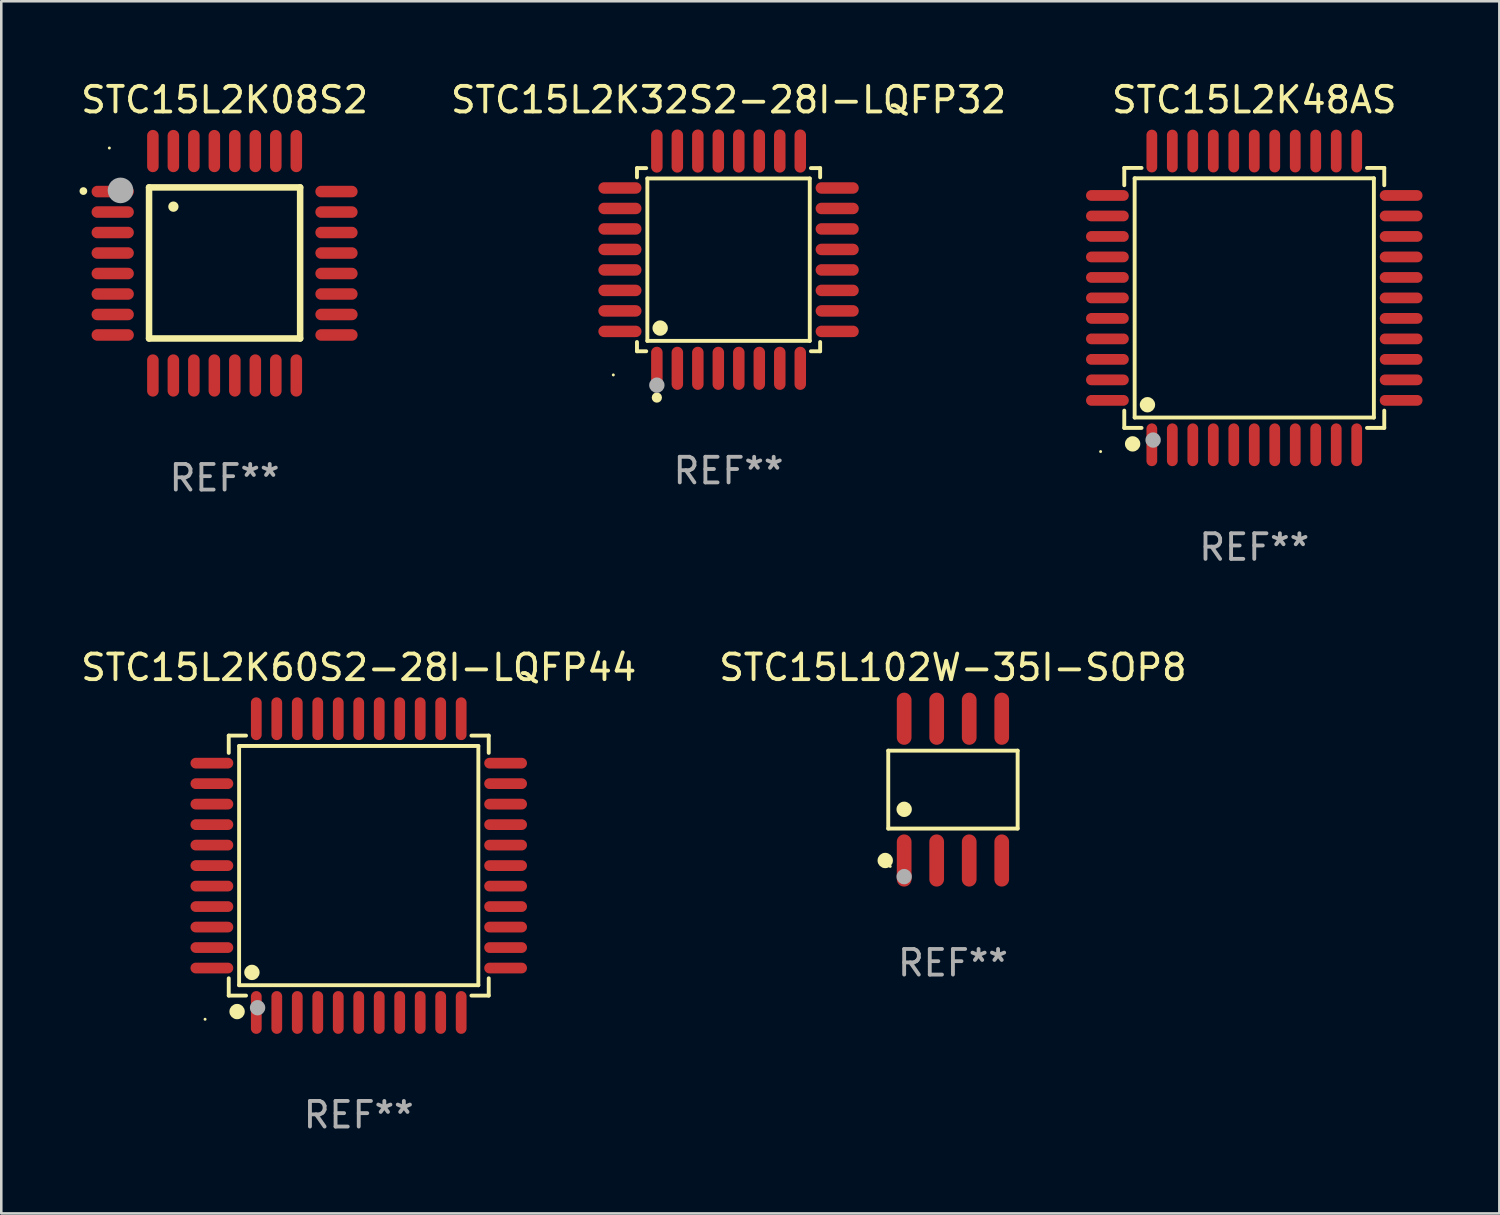
<source format=kicad_pcb>
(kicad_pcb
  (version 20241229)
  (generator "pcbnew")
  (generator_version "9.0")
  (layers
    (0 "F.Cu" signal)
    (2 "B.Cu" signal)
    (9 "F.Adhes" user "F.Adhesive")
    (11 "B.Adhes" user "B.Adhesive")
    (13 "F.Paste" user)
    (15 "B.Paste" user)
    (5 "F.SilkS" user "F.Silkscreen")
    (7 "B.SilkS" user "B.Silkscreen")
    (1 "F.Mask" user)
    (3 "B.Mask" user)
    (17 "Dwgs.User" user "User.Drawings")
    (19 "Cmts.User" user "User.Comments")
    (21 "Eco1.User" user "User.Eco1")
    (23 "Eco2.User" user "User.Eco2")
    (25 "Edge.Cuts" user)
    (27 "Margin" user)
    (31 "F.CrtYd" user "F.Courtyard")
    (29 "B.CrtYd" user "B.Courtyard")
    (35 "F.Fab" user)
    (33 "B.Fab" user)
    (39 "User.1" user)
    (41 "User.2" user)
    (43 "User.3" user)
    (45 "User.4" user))
  (footprint "STC15L2K48AS"
    (layer "F.Cu")
    (at 45.927 8.583)
    (property "Reference" "STC15L2K48AS" (at 0 -7.735 0) (layer "F.SilkS") (effects (font (size 1 1) (thickness 0.15))))
    (attr through_hole)
    (fp_line (start -5.076 -5.076) (end -4.401 -5.076) (stroke (width 0.152) (type solid)) (layer "F.SilkS"))
    (fp_line (start -5.076 -4.401) (end -5.076 -5.076) (stroke (width 0.152) (type solid)) (layer "F.SilkS"))
    (fp_line (start -5.076 4.401) (end -5.076 5.076) (stroke (width 0.152) (type solid)) (layer "F.SilkS"))
    (fp_line (start -5.076 5.076) (end -4.401 5.076) (stroke (width 0.152) (type solid)) (layer "F.SilkS"))
    (fp_line (start -4.671 -4.671) (end 4.671 -4.671) (stroke (width 0.152) (type solid)) (layer "F.SilkS"))
    (fp_line (start -4.671 4.671) (end -4.671 -4.671) (stroke (width 0.152) (type solid)) (layer "F.SilkS"))
    (fp_line (start 4.671 -4.671) (end 4.671 4.671) (stroke (width 0.152) (type solid)) (layer "F.SilkS"))
    (fp_line (start 4.671 4.671) (end -4.671 4.671) (stroke (width 0.152) (type solid)) (layer "F.SilkS"))
    (fp_line (start 5.076 -5.076) (end 4.401 -5.076) (stroke (width 0.152) (type solid)) (layer "F.SilkS"))
    (fp_line (start 5.076 -4.401) (end 5.076 -5.076) (stroke (width 0.152) (type solid)) (layer "F.SilkS"))
    (fp_line (start 5.076 4.401) (end 5.076 5.076) (stroke (width 0.152) (type solid)) (layer "F.SilkS"))
    (fp_line (start 5.076 5.076) (end 4.401 5.076) (stroke (width 0.152) (type solid)) (layer "F.SilkS"))
    (fp_circle (center -6 6) (end -5.97 6) (stroke (width 0.06) (type solid)) (fill no) (layer "F.SilkS"))
    (fp_circle (center -4.75 5.7) (end -4.6 5.7) (stroke (width 0.3) (type solid)) (fill no) (layer "F.SilkS"))
    (fp_circle (center -4.171 4.171) (end -4.021 4.171) (stroke (width 0.3) (type solid)) (fill no) (layer "F.SilkS"))
    (fp_circle (center -3.95 5.55) (end -3.8 5.55) (stroke (width 0.3) (type solid)) (fill no) (layer "F.Fab"))
    (fp_text user "REF**" (at 0 9.735 0) (layer "F.Fab") (effects (font (size 1 1) (thickness 0.15))))
    (pad "1" smd oval (at -4 5.735) (size 0.42 1.67) (layers "F.Cu" "F.Mask" "F.Paste"))
    (pad "2" smd oval (at -3.2 5.735) (size 0.42 1.67) (layers "F.Cu" "F.Mask" "F.Paste"))
    (pad "3" smd oval (at -2.4 5.735) (size 0.42 1.67) (layers "F.Cu" "F.Mask" "F.Paste"))
    (pad "4" smd oval (at -1.6 5.735) (size 0.42 1.67) (layers "F.Cu" "F.Mask" "F.Paste"))
    (pad "5" smd oval (at -0.8 5.735) (size 0.42 1.67) (layers "F.Cu" "F.Mask" "F.Paste"))
    (pad "6" smd oval (at 0 5.735) (size 0.42 1.67) (layers "F.Cu" "F.Mask" "F.Paste"))
    (pad "7" smd oval (at 0.8 5.735) (size 0.42 1.67) (layers "F.Cu" "F.Mask" "F.Paste"))
    (pad "8" smd oval (at 1.6 5.735) (size 0.42 1.67) (layers "F.Cu" "F.Mask" "F.Paste"))
    (pad "9" smd oval (at 2.4 5.735) (size 0.42 1.67) (layers "F.Cu" "F.Mask" "F.Paste"))
    (pad "10" smd oval (at 3.2 5.735) (size 0.42 1.67) (layers "F.Cu" "F.Mask" "F.Paste"))
    (pad "11" smd oval (at 4 5.735) (size 0.42 1.67) (layers "F.Cu" "F.Mask" "F.Paste"))
    (pad "12" smd oval (at 5.735 4) (size 1.67 0.42) (layers "F.Cu" "F.Mask" "F.Paste"))
    (pad "13" smd oval (at 5.735 3.2) (size 1.67 0.42) (layers "F.Cu" "F.Mask" "F.Paste"))
    (pad "14" smd oval (at 5.735 2.4) (size 1.67 0.42) (layers "F.Cu" "F.Mask" "F.Paste"))
    (pad "15" smd oval (at 5.735 1.6) (size 1.67 0.42) (layers "F.Cu" "F.Mask" "F.Paste"))
    (pad "16" smd oval (at 5.735 0.8) (size 1.67 0.42) (layers "F.Cu" "F.Mask" "F.Paste"))
    (pad "17" smd oval (at 5.735 0) (size 1.67 0.42) (layers "F.Cu" "F.Mask" "F.Paste"))
    (pad "18" smd oval (at 5.735 -0.8) (size 1.67 0.42) (layers "F.Cu" "F.Mask" "F.Paste"))
    (pad "19" smd oval (at 5.735 -1.6) (size 1.67 0.42) (layers "F.Cu" "F.Mask" "F.Paste"))
    (pad "20" smd oval (at 5.735 -2.4) (size 1.67 0.42) (layers "F.Cu" "F.Mask" "F.Paste"))
    (pad "21" smd oval (at 5.735 -3.2) (size 1.67 0.42) (layers "F.Cu" "F.Mask" "F.Paste"))
    (pad "22" smd oval (at 5.735 -4) (size 1.67 0.42) (layers "F.Cu" "F.Mask" "F.Paste"))
    (pad "23" smd oval (at 4 -5.735) (size 0.42 1.67) (layers "F.Cu" "F.Mask" "F.Paste"))
    (pad "24" smd oval (at 3.2 -5.735) (size 0.42 1.67) (layers "F.Cu" "F.Mask" "F.Paste"))
    (pad "25" smd oval (at 2.4 -5.735) (size 0.42 1.67) (layers "F.Cu" "F.Mask" "F.Paste"))
    (pad "26" smd oval (at 1.6 -5.735) (size 0.42 1.67) (layers "F.Cu" "F.Mask" "F.Paste"))
    (pad "27" smd oval (at 0.8 -5.735) (size 0.42 1.67) (layers "F.Cu" "F.Mask" "F.Paste"))
    (pad "28" smd oval (at 0 -5.735) (size 0.42 1.67) (layers "F.Cu" "F.Mask" "F.Paste"))
    (pad "29" smd oval (at -0.8 -5.735) (size 0.42 1.67) (layers "F.Cu" "F.Mask" "F.Paste"))
    (pad "30" smd oval (at -1.6 -5.735) (size 0.42 1.67) (layers "F.Cu" "F.Mask" "F.Paste"))
    (pad "31" smd oval (at -2.4 -5.735) (size 0.42 1.67) (layers "F.Cu" "F.Mask" "F.Paste"))
    (pad "32" smd oval (at -3.2 -5.735) (size 0.42 1.67) (layers "F.Cu" "F.Mask" "F.Paste"))
    (pad "33" smd oval (at -4 -5.735) (size 0.42 1.67) (layers "F.Cu" "F.Mask" "F.Paste"))
    (pad "34" smd oval (at -5.735 -4) (size 1.67 0.42) (layers "F.Cu" "F.Mask" "F.Paste"))
    (pad "35" smd oval (at -5.735 -3.2) (size 1.67 0.42) (layers "F.Cu" "F.Mask" "F.Paste"))
    (pad "36" smd oval (at -5.735 -2.4) (size 1.67 0.42) (layers "F.Cu" "F.Mask" "F.Paste"))
    (pad "37" smd oval (at -5.735 -1.6) (size 1.67 0.42) (layers "F.Cu" "F.Mask" "F.Paste"))
    (pad "38" smd oval (at -5.735 -0.8) (size 1.67 0.42) (layers "F.Cu" "F.Mask" "F.Paste"))
    (pad "39" smd oval (at -5.735 0) (size 1.67 0.42) (layers "F.Cu" "F.Mask" "F.Paste"))
    (pad "40" smd oval (at -5.735 0.8) (size 1.67 0.42) (layers "F.Cu" "F.Mask" "F.Paste"))
    (pad "41" smd oval (at -5.735 1.6) (size 1.67 0.42) (layers "F.Cu" "F.Mask" "F.Paste"))
    (pad "42" smd oval (at -5.735 2.4) (size 1.67 0.42) (layers "F.Cu" "F.Mask" "F.Paste"))
    (pad "43" smd oval (at -5.735 3.2) (size 1.67 0.42) (layers "F.Cu" "F.Mask" "F.Paste"))
    (pad "44" smd oval (at -5.735 4) (size 1.67 0.42) (layers "F.Cu" "F.Mask" "F.Paste")))
  (footprint "STC15L2K32S2-28I-LQFP32"
    (layer "F.Cu")
    (at 25.399 7.09)
    (property "Reference" "STC15L2K32S2-28I-LQFP32" (at 0 -6.242 0) (layer "F.SilkS") (effects (font (size 1 1) (thickness 0.15))))
    (attr through_hole)
    (fp_line (start -3.576 -3.576) (end -3.215 -3.576) (stroke (width 0.152) (type solid)) (layer "F.SilkS"))
    (fp_line (start -3.576 -3.215) (end -3.576 -3.576) (stroke (width 0.152) (type solid)) (layer "F.SilkS"))
    (fp_line (start -3.576 3.215) (end -3.576 3.576) (stroke (width 0.152) (type solid)) (layer "F.SilkS"))
    (fp_line (start -3.576 3.576) (end -3.215 3.576) (stroke (width 0.152) (type solid)) (layer "F.SilkS"))
    (fp_line (start -3.171 -3.171) (end 3.171 -3.171) (stroke (width 0.152) (type solid)) (layer "F.SilkS"))
    (fp_line (start -3.171 3.171) (end -3.171 -3.171) (stroke (width 0.152) (type solid)) (layer "F.SilkS"))
    (fp_line (start 3.171 -3.171) (end 3.171 3.171) (stroke (width 0.152) (type solid)) (layer "F.SilkS"))
    (fp_line (start 3.171 3.171) (end -3.171 3.171) (stroke (width 0.152) (type solid)) (layer "F.SilkS"))
    (fp_line (start 3.576 -3.576) (end 3.215 -3.576) (stroke (width 0.152) (type solid)) (layer "F.SilkS"))
    (fp_line (start 3.576 -3.215) (end 3.576 -3.576) (stroke (width 0.152) (type solid)) (layer "F.SilkS"))
    (fp_line (start 3.576 3.215) (end 3.576 3.576) (stroke (width 0.152) (type solid)) (layer "F.SilkS"))
    (fp_line (start 3.576 3.576) (end 3.215 3.576) (stroke (width 0.152) (type solid)) (layer "F.SilkS"))
    (fp_circle (center -4.5 4.5) (end -4.47 4.5) (stroke (width 0.06) (type solid)) (fill no) (layer "F.SilkS"))
    (fp_circle (center -2.8 5.384) (end -2.7 5.384) (stroke (width 0.2) (type solid)) (fill no) (layer "F.SilkS"))
    (fp_circle (center -2.671 2.671) (end -2.521 2.671) (stroke (width 0.3) (type solid)) (fill no) (layer "F.SilkS"))
    (fp_circle (center -2.8 4.9) (end -2.65 4.9) (stroke (width 0.3) (type solid)) (fill no) (layer "F.Fab"))
    (fp_text user "REF**" (at 0 8.242 0) (layer "F.Fab") (effects (font (size 1 1) (thickness 0.15))))
    (pad "1" smd oval (at -2.8 4.242) (size 0.448 1.684) (layers "F.Cu" "F.Mask" "F.Paste"))
    (pad "2" smd oval (at -2 4.242) (size 0.448 1.684) (layers "F.Cu" "F.Mask" "F.Paste"))
    (pad "3" smd oval (at -1.2 4.242) (size 0.448 1.684) (layers "F.Cu" "F.Mask" "F.Paste"))
    (pad "4" smd oval (at -0.4 4.242) (size 0.448 1.684) (layers "F.Cu" "F.Mask" "F.Paste"))
    (pad "5" smd oval (at 0.4 4.242) (size 0.448 1.684) (layers "F.Cu" "F.Mask" "F.Paste"))
    (pad "6" smd oval (at 1.2 4.242) (size 0.448 1.684) (layers "F.Cu" "F.Mask" "F.Paste"))
    (pad "7" smd oval (at 2 4.242) (size 0.448 1.684) (layers "F.Cu" "F.Mask" "F.Paste"))
    (pad "8" smd oval (at 2.8 4.242) (size 0.448 1.684) (layers "F.Cu" "F.Mask" "F.Paste"))
    (pad "9" smd oval (at 4.242 2.8) (size 1.684 0.448) (layers "F.Cu" "F.Mask" "F.Paste"))
    (pad "10" smd oval (at 4.242 2) (size 1.684 0.448) (layers "F.Cu" "F.Mask" "F.Paste"))
    (pad "11" smd oval (at 4.242 1.2) (size 1.684 0.448) (layers "F.Cu" "F.Mask" "F.Paste"))
    (pad "12" smd oval (at 4.242 0.4) (size 1.684 0.448) (layers "F.Cu" "F.Mask" "F.Paste"))
    (pad "13" smd oval (at 4.242 -0.4) (size 1.684 0.448) (layers "F.Cu" "F.Mask" "F.Paste"))
    (pad "14" smd oval (at 4.242 -1.2) (size 1.684 0.448) (layers "F.Cu" "F.Mask" "F.Paste"))
    (pad "15" smd oval (at 4.242 -2) (size 1.684 0.448) (layers "F.Cu" "F.Mask" "F.Paste"))
    (pad "16" smd oval (at 4.242 -2.8) (size 1.684 0.448) (layers "F.Cu" "F.Mask" "F.Paste"))
    (pad "17" smd oval (at 2.8 -4.242) (size 0.448 1.684) (layers "F.Cu" "F.Mask" "F.Paste"))
    (pad "18" smd oval (at 2 -4.242) (size 0.448 1.684) (layers "F.Cu" "F.Mask" "F.Paste"))
    (pad "19" smd oval (at 1.2 -4.242) (size 0.448 1.684) (layers "F.Cu" "F.Mask" "F.Paste"))
    (pad "20" smd oval (at 0.4 -4.242) (size 0.448 1.684) (layers "F.Cu" "F.Mask" "F.Paste"))
    (pad "21" smd oval (at -0.4 -4.242) (size 0.448 1.684) (layers "F.Cu" "F.Mask" "F.Paste"))
    (pad "22" smd oval (at -1.2 -4.242) (size 0.448 1.684) (layers "F.Cu" "F.Mask" "F.Paste"))
    (pad "23" smd oval (at -2 -4.242) (size 0.448 1.684) (layers "F.Cu" "F.Mask" "F.Paste"))
    (pad "24" smd oval (at -2.8 -4.242) (size 0.448 1.684) (layers "F.Cu" "F.Mask" "F.Paste"))
    (pad "25" smd oval (at -4.242 -2.8) (size 1.684 0.448) (layers "F.Cu" "F.Mask" "F.Paste"))
    (pad "26" smd oval (at -4.242 -2) (size 1.684 0.448) (layers "F.Cu" "F.Mask" "F.Paste"))
    (pad "27" smd oval (at -4.242 -1.2) (size 1.684 0.448) (layers "F.Cu" "F.Mask" "F.Paste"))
    (pad "28" smd oval (at -4.242 -0.4) (size 1.684 0.448) (layers "F.Cu" "F.Mask" "F.Paste"))
    (pad "29" smd oval (at -4.242 0.4) (size 1.684 0.448) (layers "F.Cu" "F.Mask" "F.Paste"))
    (pad "30" smd oval (at -4.242 1.2) (size 1.684 0.448) (layers "F.Cu" "F.Mask" "F.Paste"))
    (pad "31" smd oval (at -4.242 2) (size 1.684 0.448) (layers "F.Cu" "F.Mask" "F.Paste"))
    (pad "32" smd oval (at -4.242 2.8) (size 1.684 0.448) (layers "F.Cu" "F.Mask" "F.Paste")))
  (footprint "STC15L2K08S2"
    (layer "F.Cu")
    (at 5.72 7.23)
    (property "Reference" "STC15L2K08S2" (at 0 -6.382 0) (layer "F.SilkS") (effects (font (size 1 1) (thickness 0.15))))
    (attr through_hole)
    (fp_line (start -2.95 -2.963) (end -2.95 2.937) (stroke (width 0.254) (type solid)) (layer "F.SilkS"))
    (fp_line (start -2.95 2.937) (end 2.95 2.937) (stroke (width 0.254) (type solid)) (layer "F.SilkS"))
    (fp_line (start 2.95 -2.963) (end -2.95 -2.963) (stroke (width 0.254) (type solid)) (layer "F.SilkS"))
    (fp_line (start 2.95 2.937) (end 2.95 -2.963) (stroke (width 0.254) (type solid)) (layer "F.SilkS"))
    (fp_arc (start -5.514199 -2.818136) (mid -5.514204 -2.819406) (end -5.514199 -2.820676) (stroke (width 0.3) (type solid)) (layer "F.SilkS"))
    (fp_arc (start -1.998984 -2.209804) (mid -1.998988 -2.211074) (end -1.998984 -2.212344) (stroke (width 0.4) (type solid)) (layer "F.SilkS"))
    (fp_circle (center -4.5 -4.5) (end -4.47 -4.5) (stroke (width 0.06) (type solid)) (fill no) (layer "F.SilkS"))
    (fp_circle (center -4.064 -2.845) (end -3.814 -2.845) (stroke (width 0.5) (type solid)) (fill no) (layer "F.Fab"))
    (fp_text user "REF**" (at 0 8.382 0) (layer "F.Fab") (effects (font (size 1 1) (thickness 0.15))))
    (pad "1" smd oval (at -4.369 -2.8 90) (size 0.45 1.65) (layers "F.Cu" "F.Mask" "F.Paste"))
    (pad "2" smd oval (at -4.369 -2 90) (size 0.45 1.65) (layers "F.Cu" "F.Mask" "F.Paste"))
    (pad "3" smd oval (at -4.369 -1.2 90) (size 0.45 1.65) (layers "F.Cu" "F.Mask" "F.Paste"))
    (pad "4" smd oval (at -4.369 -0.4 90) (size 0.45 1.65) (layers "F.Cu" "F.Mask" "F.Paste"))
    (pad "5" smd oval (at -4.369 0.4 90) (size 0.45 1.65) (layers "F.Cu" "F.Mask" "F.Paste"))
    (pad "6" smd oval (at -4.369 1.2 90) (size 0.45 1.65) (layers "F.Cu" "F.Mask" "F.Paste"))
    (pad "7" smd oval (at -4.369 2 90) (size 0.45 1.65) (layers "F.Cu" "F.Mask" "F.Paste"))
    (pad "8" smd oval (at -4.369 2.8 90) (size 0.45 1.65) (layers "F.Cu" "F.Mask" "F.Paste"))
    (pad "9" smd oval (at -2.8 4.382) (size 0.45 1.65) (layers "F.Cu" "F.Mask" "F.Paste"))
    (pad "10" smd oval (at -2 4.382) (size 0.45 1.65) (layers "F.Cu" "F.Mask" "F.Paste"))
    (pad "11" smd oval (at -1.2 4.382) (size 0.45 1.65) (layers "F.Cu" "F.Mask" "F.Paste"))
    (pad "12" smd oval (at -0.4 4.382) (size 0.45 1.65) (layers "F.Cu" "F.Mask" "F.Paste"))
    (pad "13" smd oval (at 0.4 4.382) (size 0.45 1.65) (layers "F.Cu" "F.Mask" "F.Paste"))
    (pad "14" smd oval (at 1.2 4.382) (size 0.45 1.65) (layers "F.Cu" "F.Mask" "F.Paste"))
    (pad "15" smd oval (at 2 4.382) (size 0.45 1.65) (layers "F.Cu" "F.Mask" "F.Paste"))
    (pad "16" smd oval (at 2.8 4.382) (size 0.45 1.65) (layers "F.Cu" "F.Mask" "F.Paste"))
    (pad "17" smd oval (at 4.369 2.8 90) (size 0.45 1.65) (layers "F.Cu" "F.Mask" "F.Paste"))
    (pad "18" smd oval (at 4.369 2 90) (size 0.45 1.65) (layers "F.Cu" "F.Mask" "F.Paste"))
    (pad "19" smd oval (at 4.369 1.2 90) (size 0.45 1.65) (layers "F.Cu" "F.Mask" "F.Paste"))
    (pad "20" smd oval (at 4.369 0.4 90) (size 0.45 1.65) (layers "F.Cu" "F.Mask" "F.Paste"))
    (pad "21" smd oval (at 4.369 -0.4 90) (size 0.45 1.65) (layers "F.Cu" "F.Mask" "F.Paste"))
    (pad "22" smd oval (at 4.369 -1.2 90) (size 0.45 1.65) (layers "F.Cu" "F.Mask" "F.Paste"))
    (pad "23" smd oval (at 4.369 -2 90) (size 0.45 1.65) (layers "F.Cu" "F.Mask" "F.Paste"))
    (pad "24" smd oval (at 4.369 -2.8 90) (size 0.45 1.65) (layers "F.Cu" "F.Mask" "F.Paste"))
    (pad "25" smd oval (at 2.8 -4.382) (size 0.45 1.65) (layers "F.Cu" "F.Mask" "F.Paste"))
    (pad "26" smd oval (at 2 -4.382) (size 0.45 1.65) (layers "F.Cu" "F.Mask" "F.Paste"))
    (pad "27" smd oval (at 1.2 -4.382) (size 0.45 1.65) (layers "F.Cu" "F.Mask" "F.Paste"))
    (pad "28" smd oval (at 0.4 -4.382) (size 0.45 1.65) (layers "F.Cu" "F.Mask" "F.Paste"))
    (pad "29" smd oval (at -0.4 -4.382) (size 0.45 1.65) (layers "F.Cu" "F.Mask" "F.Paste"))
    (pad "30" smd oval (at -1.2 -4.382) (size 0.45 1.65) (layers "F.Cu" "F.Mask" "F.Paste"))
    (pad "31" smd oval (at -2 -4.382) (size 0.45 1.65) (layers "F.Cu" "F.Mask" "F.Paste"))
    (pad "32" smd oval (at -2.8 -4.382) (size 0.45 1.65) (layers "F.Cu" "F.Mask" "F.Paste")))
  (footprint "STC15L2K60S2-28I-LQFP44"
    (layer "F.Cu")
    (at 10.958 30.75)
    (property "Reference" "STC15L2K60S2-28I-LQFP44" (at 0 -7.735 0) (layer "F.SilkS") (effects (font (size 1 1) (thickness 0.15))))
    (attr through_hole)
    (fp_line (start -5.076 -5.076) (end -4.401 -5.076) (stroke (width 0.152) (type solid)) (layer "F.SilkS"))
    (fp_line (start -5.076 -4.401) (end -5.076 -5.076) (stroke (width 0.152) (type solid)) (layer "F.SilkS"))
    (fp_line (start -5.076 4.401) (end -5.076 5.076) (stroke (width 0.152) (type solid)) (layer "F.SilkS"))
    (fp_line (start -5.076 5.076) (end -4.401 5.076) (stroke (width 0.152) (type solid)) (layer "F.SilkS"))
    (fp_line (start -4.671 -4.671) (end 4.671 -4.671) (stroke (width 0.152) (type solid)) (layer "F.SilkS"))
    (fp_line (start -4.671 4.671) (end -4.671 -4.671) (stroke (width 0.152) (type solid)) (layer "F.SilkS"))
    (fp_line (start 4.671 -4.671) (end 4.671 4.671) (stroke (width 0.152) (type solid)) (layer "F.SilkS"))
    (fp_line (start 4.671 4.671) (end -4.671 4.671) (stroke (width 0.152) (type solid)) (layer "F.SilkS"))
    (fp_line (start 5.076 -5.076) (end 4.401 -5.076) (stroke (width 0.152) (type solid)) (layer "F.SilkS"))
    (fp_line (start 5.076 -4.401) (end 5.076 -5.076) (stroke (width 0.152) (type solid)) (layer "F.SilkS"))
    (fp_line (start 5.076 4.401) (end 5.076 5.076) (stroke (width 0.152) (type solid)) (layer "F.SilkS"))
    (fp_line (start 5.076 5.076) (end 4.401 5.076) (stroke (width 0.152) (type solid)) (layer "F.SilkS"))
    (fp_circle (center -6 6) (end -5.97 6) (stroke (width 0.06) (type solid)) (fill no) (layer "F.SilkS"))
    (fp_circle (center -4.75 5.7) (end -4.6 5.7) (stroke (width 0.3) (type solid)) (fill no) (layer "F.SilkS"))
    (fp_circle (center -4.171 4.171) (end -4.021 4.171) (stroke (width 0.3) (type solid)) (fill no) (layer "F.SilkS"))
    (fp_circle (center -3.95 5.55) (end -3.8 5.55) (stroke (width 0.3) (type solid)) (fill no) (layer "F.Fab"))
    (fp_text user "REF**" (at 0 9.735 0) (layer "F.Fab") (effects (font (size 1 1) (thickness 0.15))))
    (pad "1" smd oval (at -4 5.735) (size 0.42 1.67) (layers "F.Cu" "F.Mask" "F.Paste"))
    (pad "2" smd oval (at -3.2 5.735) (size 0.42 1.67) (layers "F.Cu" "F.Mask" "F.Paste"))
    (pad "3" smd oval (at -2.4 5.735) (size 0.42 1.67) (layers "F.Cu" "F.Mask" "F.Paste"))
    (pad "4" smd oval (at -1.6 5.735) (size 0.42 1.67) (layers "F.Cu" "F.Mask" "F.Paste"))
    (pad "5" smd oval (at -0.8 5.735) (size 0.42 1.67) (layers "F.Cu" "F.Mask" "F.Paste"))
    (pad "6" smd oval (at 0 5.735) (size 0.42 1.67) (layers "F.Cu" "F.Mask" "F.Paste"))
    (pad "7" smd oval (at 0.8 5.735) (size 0.42 1.67) (layers "F.Cu" "F.Mask" "F.Paste"))
    (pad "8" smd oval (at 1.6 5.735) (size 0.42 1.67) (layers "F.Cu" "F.Mask" "F.Paste"))
    (pad "9" smd oval (at 2.4 5.735) (size 0.42 1.67) (layers "F.Cu" "F.Mask" "F.Paste"))
    (pad "10" smd oval (at 3.2 5.735) (size 0.42 1.67) (layers "F.Cu" "F.Mask" "F.Paste"))
    (pad "11" smd oval (at 4 5.735) (size 0.42 1.67) (layers "F.Cu" "F.Mask" "F.Paste"))
    (pad "12" smd oval (at 5.735 4) (size 1.67 0.42) (layers "F.Cu" "F.Mask" "F.Paste"))
    (pad "13" smd oval (at 5.735 3.2) (size 1.67 0.42) (layers "F.Cu" "F.Mask" "F.Paste"))
    (pad "14" smd oval (at 5.735 2.4) (size 1.67 0.42) (layers "F.Cu" "F.Mask" "F.Paste"))
    (pad "15" smd oval (at 5.735 1.6) (size 1.67 0.42) (layers "F.Cu" "F.Mask" "F.Paste"))
    (pad "16" smd oval (at 5.735 0.8) (size 1.67 0.42) (layers "F.Cu" "F.Mask" "F.Paste"))
    (pad "17" smd oval (at 5.735 0) (size 1.67 0.42) (layers "F.Cu" "F.Mask" "F.Paste"))
    (pad "18" smd oval (at 5.735 -0.8) (size 1.67 0.42) (layers "F.Cu" "F.Mask" "F.Paste"))
    (pad "19" smd oval (at 5.735 -1.6) (size 1.67 0.42) (layers "F.Cu" "F.Mask" "F.Paste"))
    (pad "20" smd oval (at 5.735 -2.4) (size 1.67 0.42) (layers "F.Cu" "F.Mask" "F.Paste"))
    (pad "21" smd oval (at 5.735 -3.2) (size 1.67 0.42) (layers "F.Cu" "F.Mask" "F.Paste"))
    (pad "22" smd oval (at 5.735 -4) (size 1.67 0.42) (layers "F.Cu" "F.Mask" "F.Paste"))
    (pad "23" smd oval (at 4 -5.735) (size 0.42 1.67) (layers "F.Cu" "F.Mask" "F.Paste"))
    (pad "24" smd oval (at 3.2 -5.735) (size 0.42 1.67) (layers "F.Cu" "F.Mask" "F.Paste"))
    (pad "25" smd oval (at 2.4 -5.735) (size 0.42 1.67) (layers "F.Cu" "F.Mask" "F.Paste"))
    (pad "26" smd oval (at 1.6 -5.735) (size 0.42 1.67) (layers "F.Cu" "F.Mask" "F.Paste"))
    (pad "27" smd oval (at 0.8 -5.735) (size 0.42 1.67) (layers "F.Cu" "F.Mask" "F.Paste"))
    (pad "28" smd oval (at 0 -5.735) (size 0.42 1.67) (layers "F.Cu" "F.Mask" "F.Paste"))
    (pad "29" smd oval (at -0.8 -5.735) (size 0.42 1.67) (layers "F.Cu" "F.Mask" "F.Paste"))
    (pad "30" smd oval (at -1.6 -5.735) (size 0.42 1.67) (layers "F.Cu" "F.Mask" "F.Paste"))
    (pad "31" smd oval (at -2.4 -5.735) (size 0.42 1.67) (layers "F.Cu" "F.Mask" "F.Paste"))
    (pad "32" smd oval (at -3.2 -5.735) (size 0.42 1.67) (layers "F.Cu" "F.Mask" "F.Paste"))
    (pad "33" smd oval (at -4 -5.735) (size 0.42 1.67) (layers "F.Cu" "F.Mask" "F.Paste"))
    (pad "34" smd oval (at -5.735 -4) (size 1.67 0.42) (layers "F.Cu" "F.Mask" "F.Paste"))
    (pad "35" smd oval (at -5.735 -3.2) (size 1.67 0.42) (layers "F.Cu" "F.Mask" "F.Paste"))
    (pad "36" smd oval (at -5.735 -2.4) (size 1.67 0.42) (layers "F.Cu" "F.Mask" "F.Paste"))
    (pad "37" smd oval (at -5.735 -1.6) (size 1.67 0.42) (layers "F.Cu" "F.Mask" "F.Paste"))
    (pad "38" smd oval (at -5.735 -0.8) (size 1.67 0.42) (layers "F.Cu" "F.Mask" "F.Paste"))
    (pad "39" smd oval (at -5.735 0) (size 1.67 0.42) (layers "F.Cu" "F.Mask" "F.Paste"))
    (pad "40" smd oval (at -5.735 0.8) (size 1.67 0.42) (layers "F.Cu" "F.Mask" "F.Paste"))
    (pad "41" smd oval (at -5.735 1.6) (size 1.67 0.42) (layers "F.Cu" "F.Mask" "F.Paste"))
    (pad "42" smd oval (at -5.735 2.4) (size 1.67 0.42) (layers "F.Cu" "F.Mask" "F.Paste"))
    (pad "43" smd oval (at -5.735 3.2) (size 1.67 0.42) (layers "F.Cu" "F.Mask" "F.Paste"))
    (pad "44" smd oval (at -5.735 4) (size 1.67 0.42) (layers "F.Cu" "F.Mask" "F.Paste")))
  (footprint "STC15L102W-35I-SOP8"
    (layer "F.Cu")
    (at 34.161 27.783)
    (property "Reference" "STC15L102W-35I-SOP8" (at 0 -4.768 0) (layer "F.SilkS") (effects (font (size 1 1) (thickness 0.15))))
    (attr through_hole)
    (fp_line (start -2.526 -1.521) (end 2.526 -1.521) (stroke (width 0.152) (type solid)) (layer "F.SilkS"))
    (fp_line (start -2.526 1.521) (end -2.526 -1.521) (stroke (width 0.152) (type solid)) (layer "F.SilkS"))
    (fp_line (start 2.526 -1.521) (end 2.526 1.521) (stroke (width 0.152) (type solid)) (layer "F.SilkS"))
    (fp_line (start 2.526 1.521) (end -2.526 1.521) (stroke (width 0.152) (type solid)) (layer "F.SilkS"))
    (fp_circle (center -2.644 2.768) (end -2.494 2.768) (stroke (width 0.3) (type solid)) (fill no) (layer "F.SilkS"))
    (fp_circle (center -2.45 2.998) (end -2.42 2.998) (stroke (width 0.06) (type solid)) (fill no) (layer "F.SilkS"))
    (fp_circle (center -1.905 0.769) (end -1.755 0.769) (stroke (width 0.3) (type solid)) (fill no) (layer "F.SilkS"))
    (fp_circle (center -1.905 3.398) (end -1.755 3.398) (stroke (width 0.3) (type solid)) (fill no) (layer "F.Fab"))
    (fp_text user "REF**" (at 0 6.768 0) (layer "F.Fab") (effects (font (size 1 1) (thickness 0.15))))
    (pad "1" smd oval (at -1.905 2.768) (size 0.574 2.036) (layers "F.Cu" "F.Mask" "F.Paste"))
    (pad "2" smd oval (at -0.635 2.768) (size 0.574 2.036) (layers "F.Cu" "F.Mask" "F.Paste"))
    (pad "3" smd oval (at 0.635 2.768) (size 0.574 2.036) (layers "F.Cu" "F.Mask" "F.Paste"))
    (pad "4" smd oval (at 1.905 2.768) (size 0.574 2.036) (layers "F.Cu" "F.Mask" "F.Paste"))
    (pad "5" smd oval (at 1.905 -2.768) (size 0.574 2.036) (layers "F.Cu" "F.Mask" "F.Paste"))
    (pad "6" smd oval (at 0.635 -2.768) (size 0.574 2.036) (layers "F.Cu" "F.Mask" "F.Paste"))
    (pad "7" smd oval (at -0.635 -2.768) (size 0.574 2.036) (layers "F.Cu" "F.Mask" "F.Paste"))
    (pad "8" smd oval (at -1.905 -2.768) (size 0.574 2.036) (layers "F.Cu" "F.Mask" "F.Paste")))
  (gr_rect
    (start -3 -3)
    (end 55.497 44.333)
    (stroke (width 0.1) (type default))
    (fill no)
    (layer "Edge.Cuts")))
</source>
